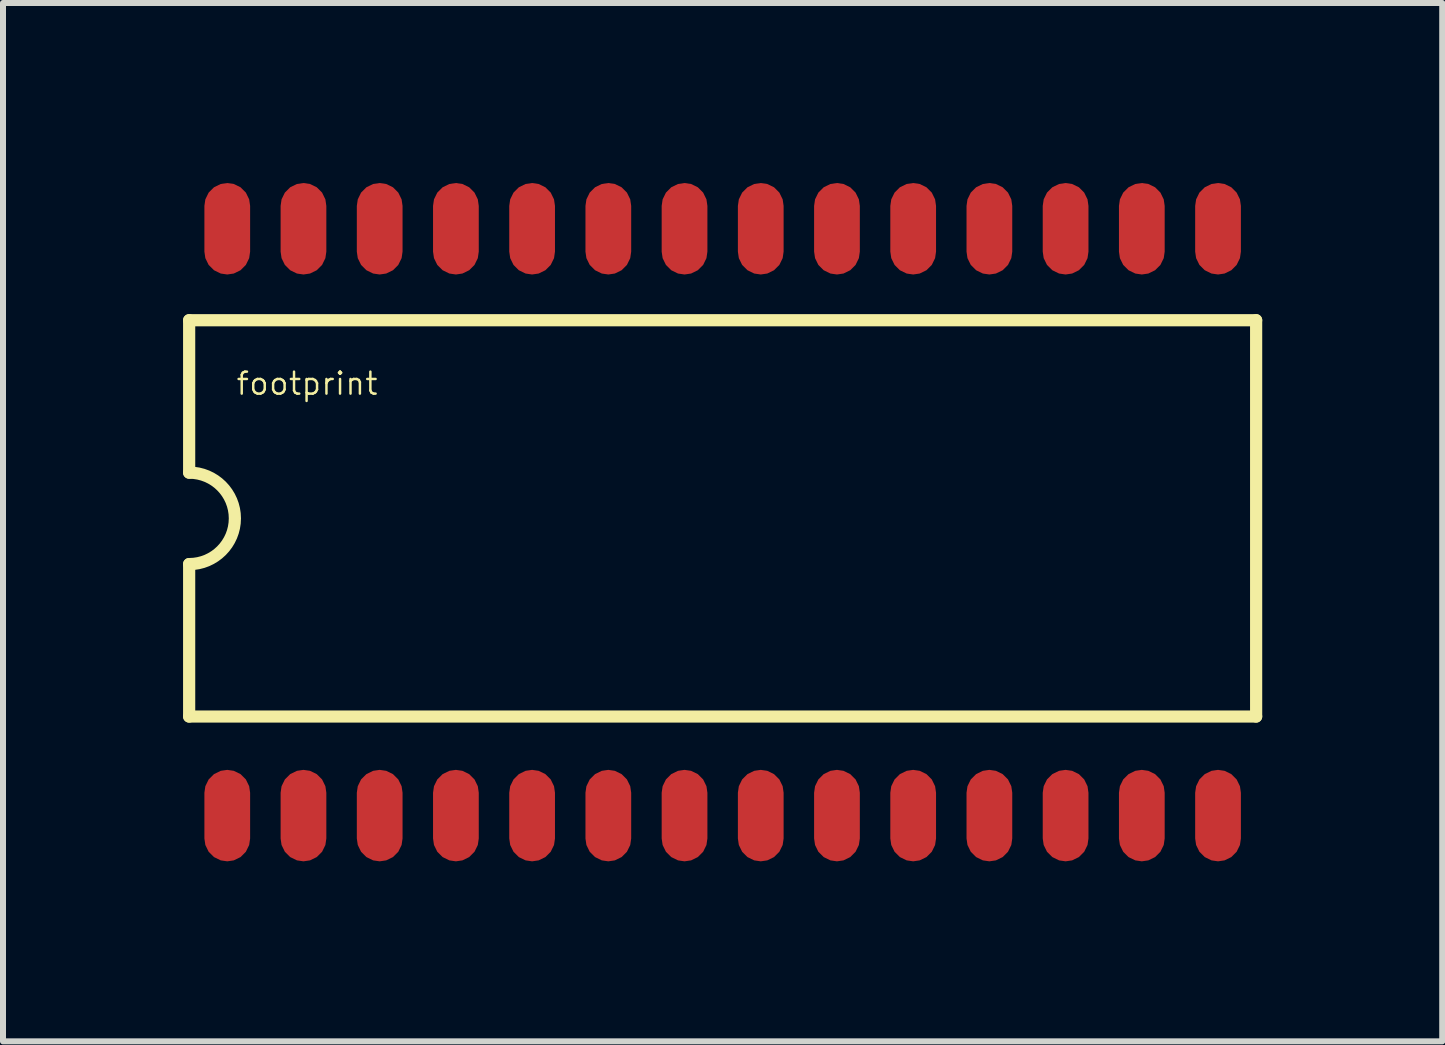
<source format=kicad_pcb>
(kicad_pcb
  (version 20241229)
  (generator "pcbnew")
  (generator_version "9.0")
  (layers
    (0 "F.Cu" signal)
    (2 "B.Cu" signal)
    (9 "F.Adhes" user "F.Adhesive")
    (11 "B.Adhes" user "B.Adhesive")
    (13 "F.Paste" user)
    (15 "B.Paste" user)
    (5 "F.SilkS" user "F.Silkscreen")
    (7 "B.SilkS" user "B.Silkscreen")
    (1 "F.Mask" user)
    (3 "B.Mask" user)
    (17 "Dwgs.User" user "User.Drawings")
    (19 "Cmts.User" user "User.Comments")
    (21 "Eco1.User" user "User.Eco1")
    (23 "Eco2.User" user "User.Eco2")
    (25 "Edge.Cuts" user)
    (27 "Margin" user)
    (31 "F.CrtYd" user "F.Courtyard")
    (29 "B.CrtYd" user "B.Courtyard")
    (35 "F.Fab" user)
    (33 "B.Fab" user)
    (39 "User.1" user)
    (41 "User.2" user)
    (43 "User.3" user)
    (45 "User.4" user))
  (footprint "footprint"
    (layer "F.Cu")
    (at 8.992 5.588)
    (property "Reference" "footprint" (at -8.128 -2.032 0) (layer "F.SilkS") (effects (font (size 0.366 0.366) (thickness 0.041)) (justify left bottom)))
    (fp_line (start -8.89 -0.762) (end -8.89 -3.302) (stroke (width 0.203) (type solid)) (layer "F.SilkS"))
    (fp_line (start -8.89 0.762) (end -8.89 3.302) (stroke (width 0.203) (type solid)) (layer "F.SilkS"))
    (fp_line (start -8.89 3.302) (end 8.89 3.302) (stroke (width 0.203) (type solid)) (layer "F.SilkS"))
    (fp_line (start 8.89 -3.302) (end -8.89 -3.302) (stroke (width 0.203) (type solid)) (layer "F.SilkS"))
    (fp_line (start 8.89 3.302) (end 8.89 -3.302) (stroke (width 0.203) (type solid)) (layer "F.SilkS"))
    (fp_arc (start -8.89 -0.762) (mid -8.128 0) (end -8.89 0.762) (stroke (width 0.2032) (type solid)) (layer "F.SilkS"))
    (pad "1" smd roundrect (at -8.255 4.953) (size 0.762 1.524) (layers "F.Cu" "F.Mask" "F.Paste") (roundrect_rratio 0.5))
    (pad "2" smd roundrect (at -6.985 4.953) (size 0.762 1.524) (layers "F.Cu" "F.Mask" "F.Paste") (roundrect_rratio 0.5))
    (pad "3" smd roundrect (at -5.715 4.953) (size 0.762 1.524) (layers "F.Cu" "F.Mask" "F.Paste") (roundrect_rratio 0.5))
    (pad "4" smd roundrect (at -4.445 4.953) (size 0.762 1.524) (layers "F.Cu" "F.Mask" "F.Paste") (roundrect_rratio 0.5))
    (pad "5" smd roundrect (at -3.175 4.953) (size 0.762 1.524) (layers "F.Cu" "F.Mask" "F.Paste") (roundrect_rratio 0.5))
    (pad "6" smd roundrect (at -1.905 4.953) (size 0.762 1.524) (layers "F.Cu" "F.Mask" "F.Paste") (roundrect_rratio 0.5))
    (pad "7" smd roundrect (at -0.635 4.953) (size 0.762 1.524) (layers "F.Cu" "F.Mask" "F.Paste") (roundrect_rratio 0.5))
    (pad "8" smd roundrect (at 0.635 4.953) (size 0.762 1.524) (layers "F.Cu" "F.Mask" "F.Paste") (roundrect_rratio 0.5))
    (pad "9" smd roundrect (at 1.905 4.953) (size 0.762 1.524) (layers "F.Cu" "F.Mask" "F.Paste") (roundrect_rratio 0.5))
    (pad "10" smd roundrect (at 3.175 4.953) (size 0.762 1.524) (layers "F.Cu" "F.Mask" "F.Paste") (roundrect_rratio 0.5))
    (pad "11" smd roundrect (at 4.445 4.953) (size 0.762 1.524) (layers "F.Cu" "F.Mask" "F.Paste") (roundrect_rratio 0.5))
    (pad "12" smd roundrect (at 5.715 4.953) (size 0.762 1.524) (layers "F.Cu" "F.Mask" "F.Paste") (roundrect_rratio 0.5))
    (pad "13" smd roundrect (at 6.985 4.953) (size 0.762 1.524) (layers "F.Cu" "F.Mask" "F.Paste") (roundrect_rratio 0.5))
    (pad "14" smd roundrect (at 8.255 4.953) (size 0.762 1.524) (layers "F.Cu" "F.Mask" "F.Paste") (roundrect_rratio 0.5))
    (pad "15" smd roundrect (at 8.255 -4.826) (size 0.762 1.524) (layers "F.Cu" "F.Mask" "F.Paste") (roundrect_rratio 0.5))
    (pad "16" smd roundrect (at 6.985 -4.826) (size 0.762 1.524) (layers "F.Cu" "F.Mask" "F.Paste") (roundrect_rratio 0.5))
    (pad "17" smd roundrect (at 5.715 -4.826) (size 0.762 1.524) (layers "F.Cu" "F.Mask" "F.Paste") (roundrect_rratio 0.5))
    (pad "18" smd roundrect (at 4.445 -4.826) (size 0.762 1.524) (layers "F.Cu" "F.Mask" "F.Paste") (roundrect_rratio 0.5))
    (pad "19" smd roundrect (at 3.175 -4.826) (size 0.762 1.524) (layers "F.Cu" "F.Mask" "F.Paste") (roundrect_rratio 0.5))
    (pad "20" smd roundrect (at 1.905 -4.826) (size 0.762 1.524) (layers "F.Cu" "F.Mask" "F.Paste") (roundrect_rratio 0.5))
    (pad "21" smd roundrect (at 0.635 -4.826) (size 0.762 1.524) (layers "F.Cu" "F.Mask" "F.Paste") (roundrect_rratio 0.5))
    (pad "22" smd roundrect (at -0.635 -4.826) (size 0.762 1.524) (layers "F.Cu" "F.Mask" "F.Paste") (roundrect_rratio 0.5))
    (pad "23" smd roundrect (at -1.905 -4.826) (size 0.762 1.524) (layers "F.Cu" "F.Mask" "F.Paste") (roundrect_rratio 0.5))
    (pad "24" smd roundrect (at -3.175 -4.826) (size 0.762 1.524) (layers "F.Cu" "F.Mask" "F.Paste") (roundrect_rratio 0.5))
    (pad "25" smd roundrect (at -4.445 -4.826) (size 0.762 1.524) (layers "F.Cu" "F.Mask" "F.Paste") (roundrect_rratio 0.5))
    (pad "26" smd roundrect (at -5.715 -4.826) (size 0.762 1.524) (layers "F.Cu" "F.Mask" "F.Paste") (roundrect_rratio 0.5))
    (pad "27" smd roundrect (at -6.985 -4.826) (size 0.762 1.524) (layers "F.Cu" "F.Mask" "F.Paste") (roundrect_rratio 0.5))
    (pad "28" smd roundrect (at -8.255 -4.826) (size 0.762 1.524) (layers "F.Cu" "F.Mask" "F.Paste") (roundrect_rratio 0.5)))
  (gr_rect
    (start -3 -3)
    (end 20.983 14.303)
    (stroke (width 0.1) (type default))
    (fill no)
    (layer "Edge.Cuts")))
</source>
